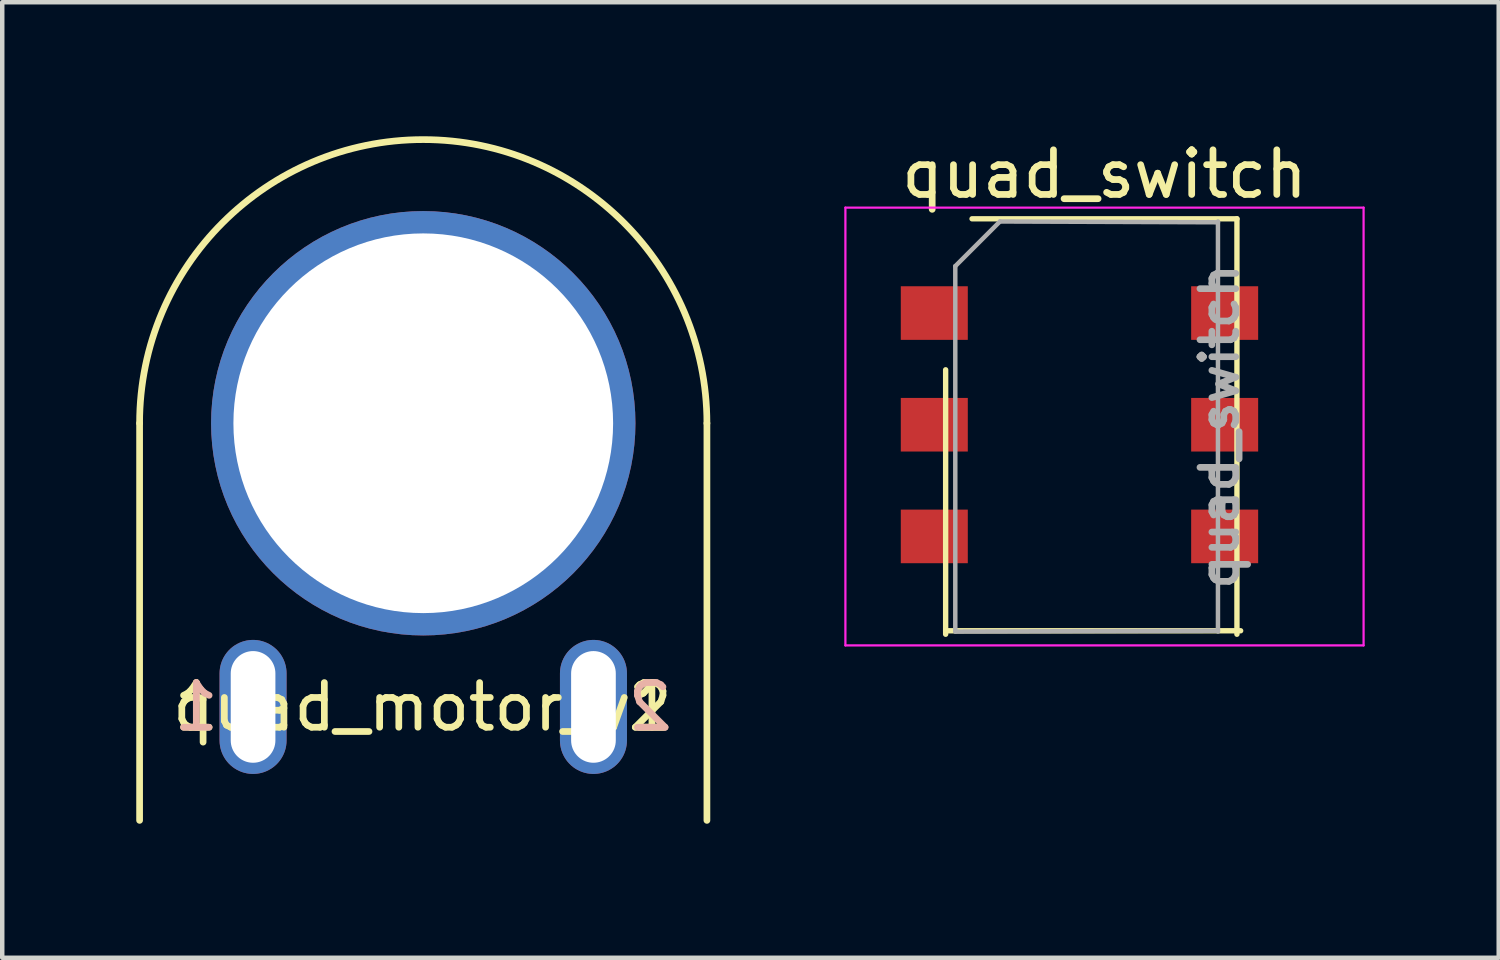
<source format=kicad_pcb>
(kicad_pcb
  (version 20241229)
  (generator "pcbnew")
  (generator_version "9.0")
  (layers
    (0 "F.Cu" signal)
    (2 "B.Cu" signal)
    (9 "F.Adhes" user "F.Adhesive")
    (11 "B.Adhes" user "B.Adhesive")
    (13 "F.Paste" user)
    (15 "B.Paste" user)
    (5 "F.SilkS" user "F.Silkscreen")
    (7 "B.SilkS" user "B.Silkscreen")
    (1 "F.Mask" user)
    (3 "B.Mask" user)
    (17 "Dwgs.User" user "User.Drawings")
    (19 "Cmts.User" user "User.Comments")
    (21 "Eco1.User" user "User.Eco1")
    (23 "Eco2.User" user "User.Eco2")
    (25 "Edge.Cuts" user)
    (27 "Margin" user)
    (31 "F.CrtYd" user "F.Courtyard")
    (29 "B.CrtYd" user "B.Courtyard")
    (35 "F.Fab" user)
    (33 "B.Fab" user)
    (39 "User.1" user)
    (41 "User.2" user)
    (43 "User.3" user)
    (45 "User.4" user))
  (footprint "quad_switch"
    (layer "F.Cu")
    (at 17.865 3.958)
    (property "Reference" "quad_switch" (at 3.81 -3.11 0) (layer "F.SilkS") (effects (font (size 1 1) (thickness 0.15))))
    (attr smd)
    (fp_line (start 0.254 7.19) (end 0.254 1.27) (stroke (width 0.12) (type solid)) (layer "F.SilkS"))
    (fp_line (start 0.845 -2.11) (end 6.775 -2.11) (stroke (width 0.12) (type solid)) (layer "F.SilkS"))
    (fp_line (start 6.775 -2.11) (end 6.775 7.19) (stroke (width 0.12) (type solid)) (layer "F.SilkS"))
    (fp_line (start 6.858 7.112) (end 0.254 7.112) (stroke (width 0.12) (type solid)) (layer "F.SilkS"))
    (fp_line (start -1.99 -2.36) (end -1.99 7.44) (stroke (width 0.05) (type solid)) (layer "F.CrtYd"))
    (fp_line (start -1.99 7.44) (end 9.61 7.44) (stroke (width 0.05) (type solid)) (layer "F.CrtYd"))
    (fp_line (start 9.61 -2.36) (end -1.99 -2.36) (stroke (width 0.05) (type solid)) (layer "F.CrtYd"))
    (fp_line (start 9.61 7.44) (end 9.61 -2.36) (stroke (width 0.05) (type solid)) (layer "F.CrtYd"))
    (fp_line (start 0.47 -1.05) (end 1.47 -2.05) (stroke (width 0.1) (type solid)) (layer "F.Fab"))
    (fp_line (start 0.47 7.13) (end 0.47 -1.05) (stroke (width 0.1) (type solid)) (layer "F.Fab"))
    (fp_line (start 1.47 -2.05) (end 6.35 -2.032) (stroke (width 0.1) (type solid)) (layer "F.Fab"))
    (fp_line (start 6.35 -2.05) (end 6.35 7.13) (stroke (width 0.1) (type solid)) (layer "F.Fab"))
    (fp_line (start 6.35 7.112) (end 0.47 7.13) (stroke (width 0.1) (type solid)) (layer "F.Fab"))
    (fp_text user "${REFERENCE}" (at 6.385 2.54 90) (layer "F.Fab") (effects (font (size 0.8 0.8) (thickness 0.15))))
    (pad "1" smd rect (at 0 0) (size 1.5 1.2) (layers "F.Cu" "F.Mask" "F.Paste"))
    (pad "2" smd rect (at 0 2.5) (size 1.5 1.2) (layers "F.Cu" "F.Mask" "F.Paste"))
    (pad "3" smd rect (at 0 5) (size 1.5 1.2) (layers "F.Cu" "F.Mask" "F.Paste"))
    (pad "4" smd rect (at 6.5 0) (size 1.5 1.2) (layers "F.Cu" "F.Mask" "F.Paste"))
    (pad "5" smd rect (at 6.5 2.5) (size 1.5 1.2) (layers "F.Cu" "F.Mask" "F.Paste"))
    (pad "6" smd rect (at 6.5 5) (size 1.5 1.2) (layers "F.Cu" "F.Mask" "F.Paste")))
  (footprint "quad_motor_v1"
    (layer "F.Cu")
    (at 6.425 6.425)
    (property "Reference" "quad_motor_v1" (at 0 6.35 0) (layer "F.SilkS") (effects (font (size 1 1) (thickness 0.15))))
    (attr through_hole)
    (fp_line (start -6.35 8.89) (end -6.35 0) (stroke (width 0.15) (type solid)) (layer "F.SilkS"))
    (fp_line (start 6.35 0) (end 6.35 8.89) (stroke (width 0.15) (type solid)) (layer "F.SilkS"))
    (fp_arc (start -6.35 0) (mid 0 -6.35) (end 6.35 0) (stroke (width 0.15) (type solid)) (layer "F.SilkS"))
    (fp_text user "2" (at 5.08 6.35 0) (layer "F.SilkS") (effects (font (size 1 1) (thickness 0.15))))
    (fp_text user "1" (at -5.08 6.35 0) (layer "F.SilkS") (effects (font (size 1 1) (thickness 0.15))))
    (fp_text user "1" (at -5.08 6.35 0) (layer "B.SilkS") (effects (font (size 1 1) (thickness 0.15)) (justify mirror)))
    (fp_text user "2" (at 5.08 6.35 0) (layer "B.SilkS") (effects (font (size 1 1) (thickness 0.15)) (justify mirror)))
    (pad "" thru_hole circle (at 0 0) (size 9.5 9.5) (drill 8.5) (layers "*.Cu" "*.Mask"))
    (pad "1" thru_hole oval (at -3.81 6.35) (size 1.5 3) (drill oval 1 2.5) (layers "*.Cu" "*.Mask"))
    (pad "2" thru_hole oval (at 3.81 6.35) (size 1.5 3) (drill oval 1 2.5) (layers "*.Cu" "*.Mask")))
  (gr_rect
    (start -3 -3)
    (end 30.5 18.39)
    (stroke (width 0.1) (type default))
    (fill no)
    (layer "Edge.Cuts")))
</source>
